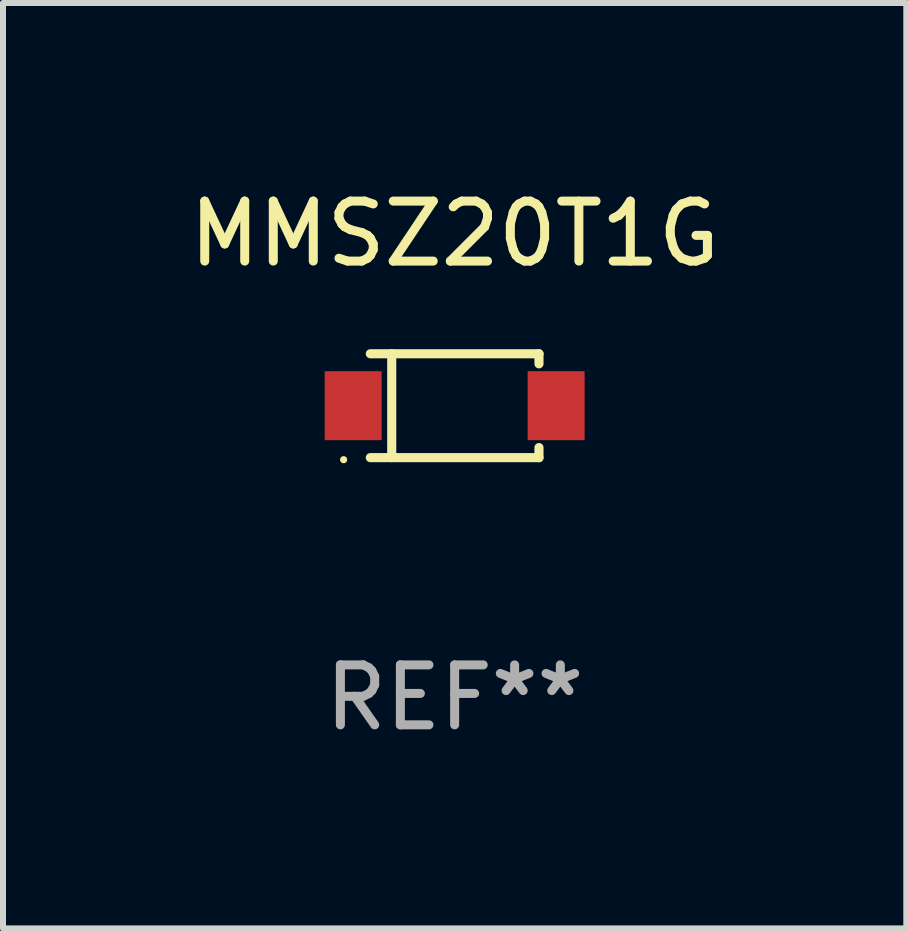
<source format=kicad_pcb>
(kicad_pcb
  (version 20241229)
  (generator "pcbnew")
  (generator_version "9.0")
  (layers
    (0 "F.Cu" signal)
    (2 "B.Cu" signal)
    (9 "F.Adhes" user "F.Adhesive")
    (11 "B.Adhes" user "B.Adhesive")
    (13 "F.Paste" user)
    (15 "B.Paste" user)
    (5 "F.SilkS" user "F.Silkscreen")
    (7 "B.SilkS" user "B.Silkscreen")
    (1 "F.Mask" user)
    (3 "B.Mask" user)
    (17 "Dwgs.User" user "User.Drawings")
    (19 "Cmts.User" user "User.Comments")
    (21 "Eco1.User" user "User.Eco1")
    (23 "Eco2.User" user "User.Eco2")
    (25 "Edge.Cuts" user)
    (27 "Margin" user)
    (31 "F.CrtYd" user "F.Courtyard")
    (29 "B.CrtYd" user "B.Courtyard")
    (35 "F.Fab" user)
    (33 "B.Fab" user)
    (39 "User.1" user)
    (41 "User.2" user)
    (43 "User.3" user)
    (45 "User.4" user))
  (footprint "MMSZ20T1G"
    (layer "F.Cu")
    (at 4.53 3.714)
    (property "Reference" "MMSZ20T1G" (at 0 -2.866 0) (layer "F.SilkS") (effects (font (size 1 1) (thickness 0.15))))
    (attr through_hole)
    (fp_line (start -1.406 -0.866) (end 1.406 -0.866) (stroke (width 0.152) (type solid)) (layer "F.SilkS"))
    (fp_line (start -1.406 0.866) (end 1.406 0.866) (stroke (width 0.152) (type solid)) (layer "F.SilkS"))
    (fp_line (start -1.049 -0.866) (end -1.049 0.866) (stroke (width 0.152) (type solid)) (layer "F.SilkS"))
    (fp_line (start 1.406 -0.866) (end 1.406 -0.698) (stroke (width 0.152) (type solid)) (layer "F.SilkS"))
    (fp_line (start 1.406 0.866) (end 1.406 0.698) (stroke (width 0.152) (type solid)) (layer "F.SilkS"))
    (fp_circle (center -1.851 0.9) (end -1.821 0.9) (stroke (width 0.06) (type solid)) (fill no) (layer "F.SilkS"))
    (fp_text user "REF**" (at 0 4.866 0) (layer "F.Fab") (effects (font (size 1 1) (thickness 0.15))))
    (pad "1" smd rect (at -1.692 0) (size 0.95 1.15) (layers "F.Cu" "F.Mask" "F.Paste"))
    (pad "2" smd rect (at 1.692 0) (size 0.95 1.15) (layers "F.Cu" "F.Mask" "F.Paste")))
  (gr_rect
    (start -3 -3)
    (end 12.06 12.429)
    (stroke (width 0.1) (type default))
    (fill no)
    (layer "Edge.Cuts")))
</source>
